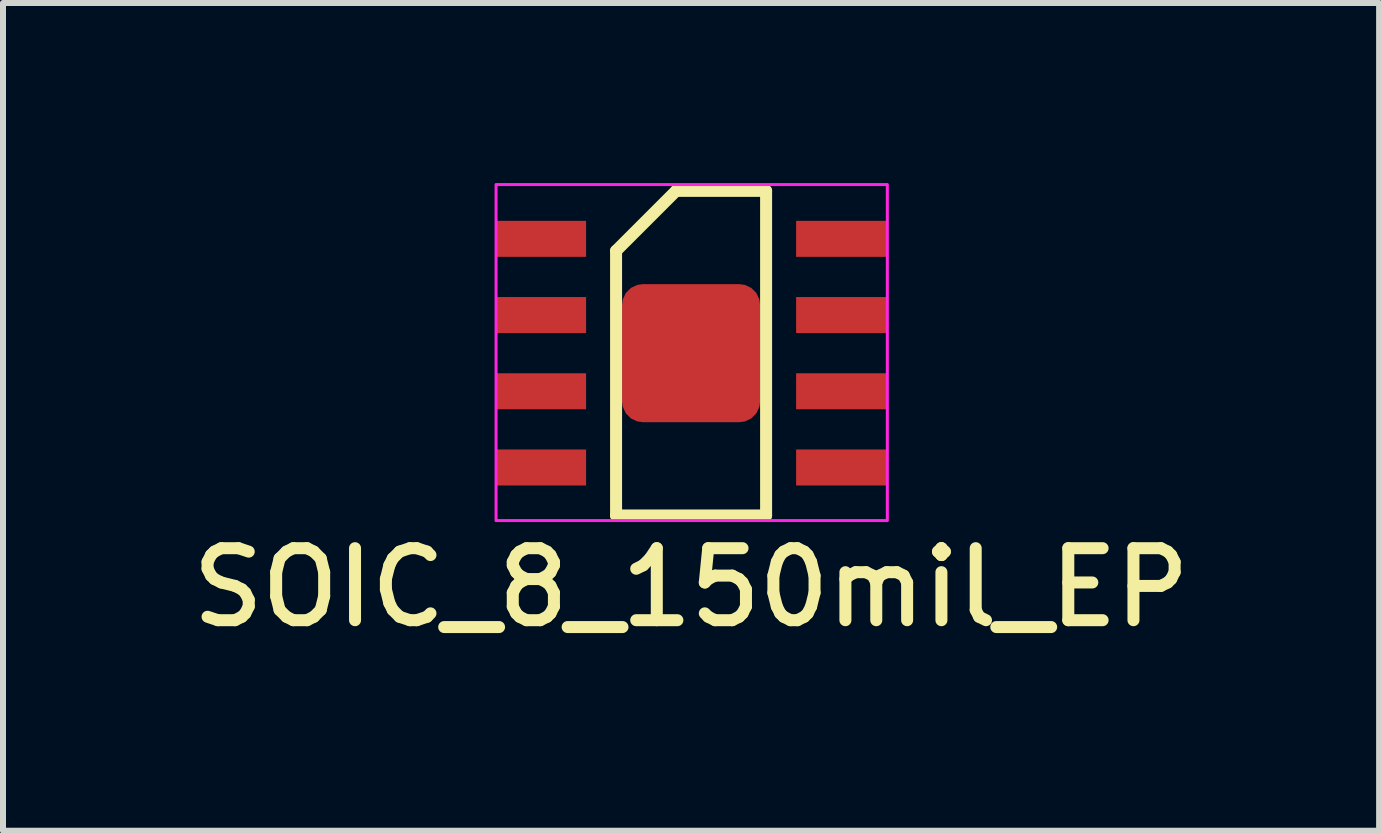
<source format=kicad_pcb>
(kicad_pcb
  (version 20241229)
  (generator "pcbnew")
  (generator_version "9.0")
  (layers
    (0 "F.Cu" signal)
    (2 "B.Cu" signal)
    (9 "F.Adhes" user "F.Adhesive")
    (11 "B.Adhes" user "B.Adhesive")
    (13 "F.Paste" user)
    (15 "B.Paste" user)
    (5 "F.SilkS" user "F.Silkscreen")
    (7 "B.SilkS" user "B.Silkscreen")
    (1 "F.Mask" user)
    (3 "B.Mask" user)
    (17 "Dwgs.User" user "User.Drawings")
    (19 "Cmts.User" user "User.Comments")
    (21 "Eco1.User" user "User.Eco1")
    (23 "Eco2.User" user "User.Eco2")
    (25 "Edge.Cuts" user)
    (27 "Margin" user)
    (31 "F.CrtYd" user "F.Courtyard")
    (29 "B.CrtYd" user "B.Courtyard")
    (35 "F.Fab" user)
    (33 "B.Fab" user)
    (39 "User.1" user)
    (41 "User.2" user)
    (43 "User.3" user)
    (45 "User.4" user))
  (footprint "SOIC_8_150mil_EP"
    (layer "F.Cu")
    (at 8.466 2.835)
    (property "Reference" "SOIC_8_150mil_EP" (at 0 3.905 0) (layer "F.SilkS") (effects (font (size 1.2 1.2) (thickness 0.2))))
    (attr smd)
    (fp_line (start -1.25 -1.705) (end -1.25 2.705) (stroke (width 0.2) (type solid)) (layer "F.SilkS"))
    (fp_line (start -1.25 2.705) (end 1.25 2.705) (stroke (width 0.2) (type solid)) (layer "F.SilkS"))
    (fp_line (start -0.25 -2.705) (end -1.25 -1.705) (stroke (width 0.2) (type solid)) (layer "F.SilkS"))
    (fp_line (start 1.25 -2.705) (end -0.25 -2.705) (stroke (width 0.2) (type solid)) (layer "F.SilkS"))
    (fp_line (start 1.25 2.705) (end 1.25 -2.705) (stroke (width 0.2) (type solid)) (layer "F.SilkS"))
    (fp_rect (start -3.25 -2.81) (end 3.27 2.79) (stroke (width 0.05) (type default)) (fill no) (layer "F.CrtYd"))
    (pad "1" smd rect (at -2.5 -1.905) (size 1.5 0.6) (layers "F.Cu" "F.Mask" "F.Paste"))
    (pad "2" smd rect (at -2.5 -0.635) (size 1.5 0.6) (layers "F.Cu" "F.Mask" "F.Paste"))
    (pad "3" smd rect (at -2.5 0.635) (size 1.5 0.6) (layers "F.Cu" "F.Mask" "F.Paste"))
    (pad "4" smd rect (at -2.5 1.905) (size 1.5 0.6) (layers "F.Cu" "F.Mask" "F.Paste"))
    (pad "5" smd rect (at 2.5 1.905) (size 1.5 0.6) (layers "F.Cu" "F.Mask" "F.Paste"))
    (pad "6" smd rect (at 2.5 0.635) (size 1.5 0.6) (layers "F.Cu" "F.Mask" "F.Paste"))
    (pad "7" smd rect (at 2.5 -0.635) (size 1.5 0.6) (layers "F.Cu" "F.Mask" "F.Paste"))
    (pad "8" smd rect (at 2.5 -1.905) (size 1.5 0.6) (layers "F.Cu" "F.Mask" "F.Paste"))
    (pad "9" smd roundrect (at 0 0) (size 2.3 2.3) (layers "F.Cu" "F.Mask" "F.Paste") (roundrect_rratio 0.15)))
  (gr_rect
    (start -3 -3)
    (end 19.931 10.793)
    (stroke (width 0.1) (type default))
    (fill no)
    (layer "Edge.Cuts")))
</source>
